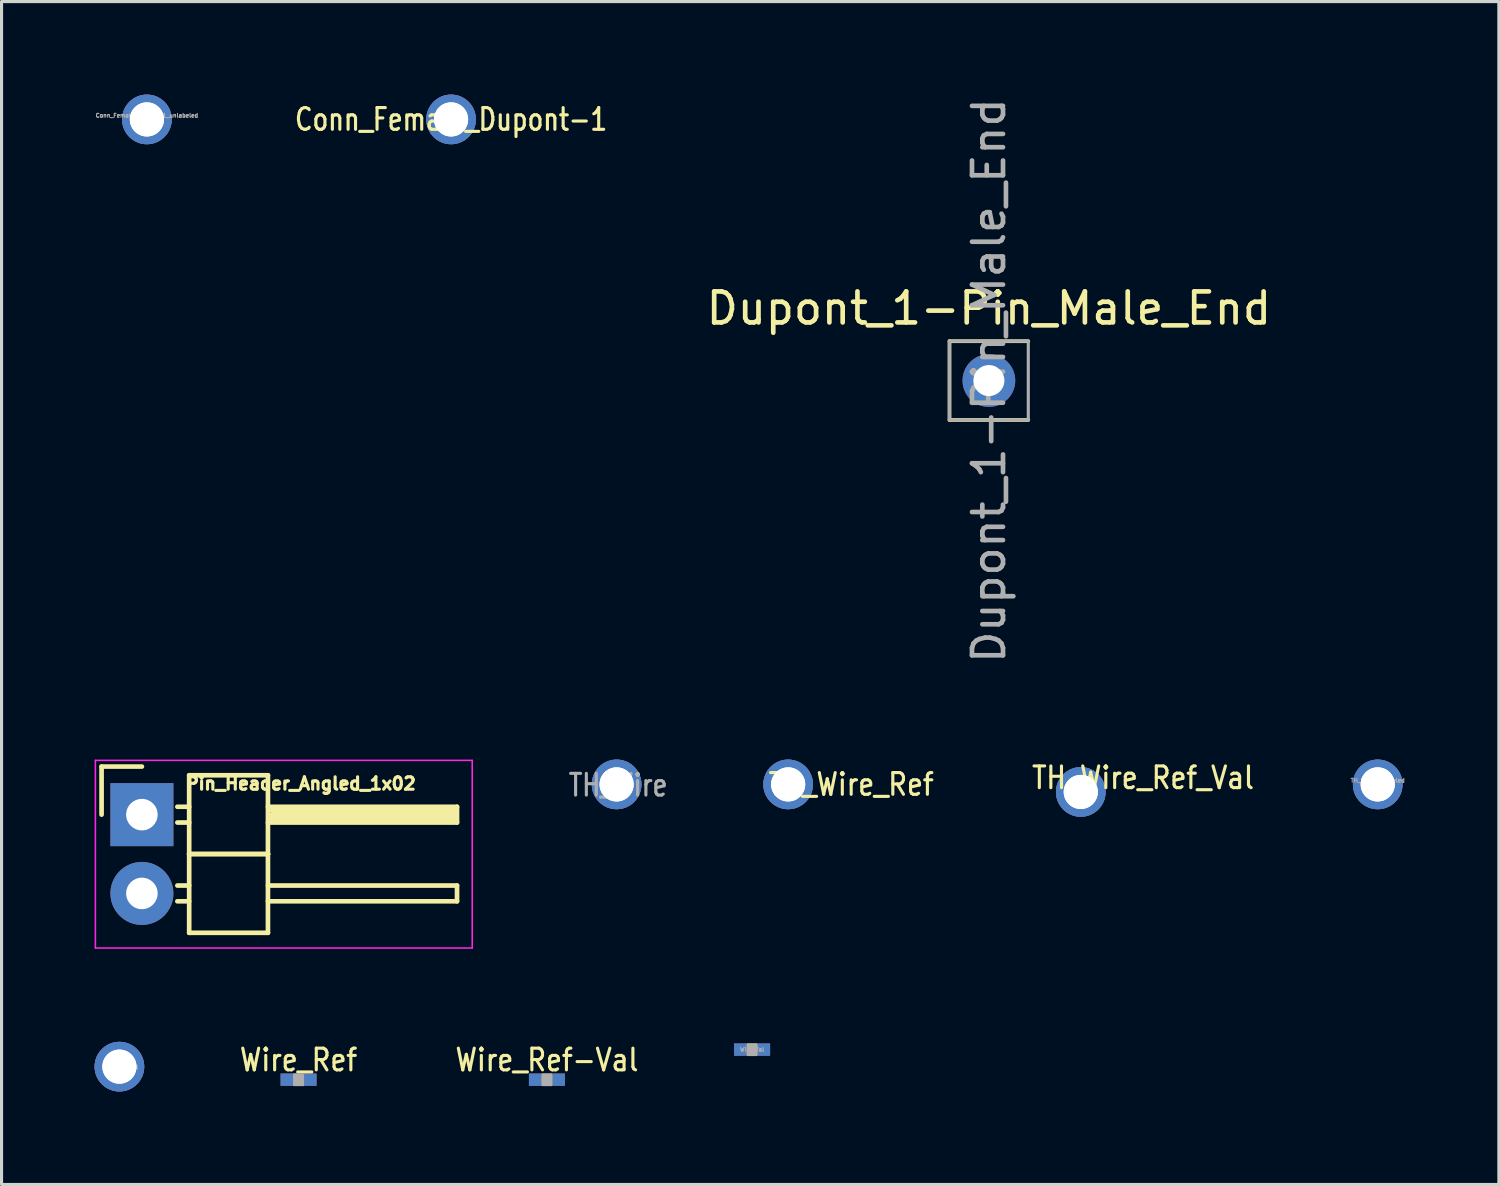
<source format=kicad_pcb>
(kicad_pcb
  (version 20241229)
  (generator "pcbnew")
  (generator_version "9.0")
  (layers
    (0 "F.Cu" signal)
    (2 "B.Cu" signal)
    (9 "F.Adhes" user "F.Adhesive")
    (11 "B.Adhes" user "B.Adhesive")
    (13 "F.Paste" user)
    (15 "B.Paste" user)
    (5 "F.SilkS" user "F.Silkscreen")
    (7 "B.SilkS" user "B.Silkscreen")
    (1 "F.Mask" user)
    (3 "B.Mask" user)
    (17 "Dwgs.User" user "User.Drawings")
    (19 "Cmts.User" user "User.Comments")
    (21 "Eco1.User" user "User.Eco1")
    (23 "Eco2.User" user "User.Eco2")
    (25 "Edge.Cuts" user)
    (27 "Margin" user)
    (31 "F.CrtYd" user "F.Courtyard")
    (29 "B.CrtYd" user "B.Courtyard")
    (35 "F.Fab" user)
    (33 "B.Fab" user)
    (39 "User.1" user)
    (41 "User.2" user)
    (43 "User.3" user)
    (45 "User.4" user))
  (footprint "Conn_Female_Dupont-1"
    (layer "F.Cu")
    (at 11.493 0.8)
    (property "Reference" "Conn_Female_Dupont-1" (at 0 0 0) (layer "F.SilkS") (effects (font (size 0.7 0.56) (thickness 0.1))))
    (attr through_hole)
    (pad "1" thru_hole circle (at 0 0) (size 1.6 1.6) (drill 1.1) (layers "*.Mask" "B.Cu"))
    (pad "2" thru_hole circle (at 0 0) (size 1.6 1.6) (drill 1.1) (layers "*.Mask" "F.Cu")))
  (footprint "TH_Wire_Ref"
    (layer "F.Cu")
    (at 22.361 22.24)
    (property "Reference" "TH_Wire_Ref" (at 2.032 0 0) (layer "F.SilkS") (effects (font (size 0.7 0.6) (thickness 0.1))))
    (attr through_hole)
    (pad "1" thru_hole circle (at 0 0) (size 1.6 1.6) (drill 1.1) (layers "*.Mask" "B.Cu"))
    (pad "2" thru_hole circle (at 0 0) (size 1.6 1.6) (drill 1.1) (layers "*.Mask" "F.Cu")))
  (footprint "Conn_Female_Dupont-1_unlabeled"
    (layer "F.Cu")
    (at 1.686 0.8)
    (property "Reference" "Conn_Female_Dupont-1_unlabeled" (at 0 -0.127 0) (layer "F.Fab") (effects (font (size 0.127 0.127) (thickness 0.032))))
    (attr through_hole)
    (pad "1" thru_hole circle (at 0 0) (size 1.6 1.6) (drill 1.1) (layers "*.Mask" "B.Cu"))
    (pad "2" thru_hole circle (at 0 0) (size 1.6 1.6) (drill 1.1) (layers "*.Mask" "F.Cu")))
  (footprint "TH_Wire"
    (layer "F.Cu")
    (at 16.83 22.24)
    (property "Reference" "TH_Wire" (at 0.051 0.025 0) (layer "F.Fab") (effects (font (size 0.7 0.56) (thickness 0.1))))
    (attr through_hole)
    (pad "1" thru_hole circle (at 0 0) (size 1.6 1.6) (drill 1.1) (layers "*.Mask" "B.Cu"))
    (pad "2" thru_hole circle (at 0 0) (size 1.6 1.6) (drill 1.1) (layers "*.Mask" "F.Cu")))
  (footprint "Dupont_1-Pin_Male_End"
    (layer "F.Cu")
    (at 28.833 9.22)
    (property "Reference" "Dupont_1-Pin_Male_End" (at 0 -2.33 0) (layer "F.SilkS") (effects (font (size 1 1) (thickness 0.15))))
    (attr through_hole)
    (fp_line (start -1.27 -1.27) (end 1.27 -1.27) (stroke (width 0.12) (type solid)) (layer "F.SilkS"))
    (fp_line (start -1.27 1.27) (end -1.27 -1.27) (stroke (width 0.12) (type solid)) (layer "F.SilkS"))
    (fp_line (start -1.27 1.27) (end 1.27 1.27) (stroke (width 0.12) (type solid)) (layer "F.SilkS"))
    (fp_line (start -1.27 -1.27) (end 1.27 -1.27) (stroke (width 0.1) (type solid)) (layer "F.Fab"))
    (fp_line (start -1.27 1.27) (end -1.27 -1.27) (stroke (width 0.1) (type solid)) (layer "F.Fab"))
    (fp_line (start 1.27 -1.27) (end 1.27 1.27) (stroke (width 0.1) (type solid)) (layer "F.Fab"))
    (fp_line (start 1.27 1.27) (end -1.27 1.27) (stroke (width 0.1) (type solid)) (layer "F.Fab"))
    (fp_text user "${REFERENCE}" (at 0 0 90) (layer "F.Fab") (effects (font (size 1 1) (thickness 0.15))))
    (pad "~" thru_hole circle (at 0 0) (size 1.7 1.7) (drill 1) (layers "*.Cu" "*.Mask")))
  (footprint "Wire_Ref"
    (layer "F.Cu")
    (at 6.576 31.76)
    (property "Reference" "Wire_Ref" (at 0 -0.635 0) (layer "F.SilkS") (effects (font (size 0.7 0.6) (thickness 0.1))))
    (attr through_hole)
    (fp_line (start -0.152 -0.178) (end 0.152 -0.178) (stroke (width 0.06) (type solid)) (layer "F.Fab"))
    (fp_line (start -0.152 -0.152) (end 0.152 -0.152) (stroke (width 0.06) (type solid)) (layer "F.Fab"))
    (fp_line (start -0.152 -0.127) (end 0.152 -0.127) (stroke (width 0.06) (type solid)) (layer "F.Fab"))
    (fp_line (start -0.152 -0.102) (end 0.152 -0.102) (stroke (width 0.06) (type solid)) (layer "F.Fab"))
    (fp_line (start -0.152 -0.076) (end 0.152 -0.076) (stroke (width 0.06) (type solid)) (layer "F.Fab"))
    (fp_line (start -0.152 -0.051) (end 0.152 -0.051) (stroke (width 0.06) (type solid)) (layer "F.Fab"))
    (fp_line (start -0.152 -0.025) (end 0.152 -0.025) (stroke (width 0.06) (type solid)) (layer "F.Fab"))
    (fp_line (start -0.152 0) (end 0.152 0) (stroke (width 0.06) (type solid)) (layer "F.Fab"))
    (fp_line (start -0.152 0.025) (end 0.152 0.025) (stroke (width 0.06) (type solid)) (layer "F.Fab"))
    (fp_line (start -0.152 0.051) (end 0.152 0.051) (stroke (width 0.06) (type solid)) (layer "F.Fab"))
    (fp_line (start -0.152 0.076) (end 0.152 0.076) (stroke (width 0.06) (type solid)) (layer "F.Fab"))
    (fp_line (start -0.152 0.102) (end 0.152 0.102) (stroke (width 0.06) (type solid)) (layer "F.Fab"))
    (fp_line (start -0.152 0.127) (end 0.152 0.127) (stroke (width 0.06) (type solid)) (layer "F.Fab"))
    (fp_line (start -0.152 0.152) (end 0.152 0.152) (stroke (width 0.06) (type solid)) (layer "F.Fab"))
    (fp_line (start -0.152 0.178) (end 0.152 0.178) (stroke (width 0.06) (type solid)) (layer "F.Fab"))
    (pad "1" thru_hole rect (at -0.381 0) (size 0.4 0.4) (drill 0.0001) (layers "*.Cu" "*.Mask"))
    (pad "2" thru_hole rect (at 0.381 0) (size 0.4 0.4) (drill 0.0001) (layers "*.Cu" "*.Mask")))
  (footprint "Pin_Header_Angled_1x02"
    (layer "F.Cu")
    (at 1.525 23.215)
    (property "Reference" "Pin_Header_Angled_1x02" (at 5.125 -1 0) (layer "F.SilkS") (effects (font (size 0.4 0.4) (thickness 0.1))))
    (attr through_hole)
    (fp_line (start -1.3 -1.55) (end -1.3 0) (stroke (width 0.15) (type solid)) (layer "F.SilkS"))
    (fp_line (start 0 -1.55) (end -1.3 -1.55) (stroke (width 0.15) (type solid)) (layer "F.SilkS"))
    (fp_line (start 1.524 -1.27) (end 1.524 1.27) (stroke (width 0.15) (type solid)) (layer "F.SilkS"))
    (fp_line (start 1.524 -1.27) (end 4.064 -1.27) (stroke (width 0.15) (type solid)) (layer "F.SilkS"))
    (fp_line (start 1.524 -0.254) (end 1.143 -0.254) (stroke (width 0.15) (type solid)) (layer "F.SilkS"))
    (fp_line (start 1.524 0.254) (end 1.143 0.254) (stroke (width 0.15) (type solid)) (layer "F.SilkS"))
    (fp_line (start 1.524 1.27) (end 1.524 3.81) (stroke (width 0.15) (type solid)) (layer "F.SilkS"))
    (fp_line (start 1.524 1.27) (end 4.064 1.27) (stroke (width 0.15) (type solid)) (layer "F.SilkS"))
    (fp_line (start 1.524 1.27) (end 4.064 1.27) (stroke (width 0.15) (type solid)) (layer "F.SilkS"))
    (fp_line (start 1.524 2.286) (end 1.143 2.286) (stroke (width 0.15) (type solid)) (layer "F.SilkS"))
    (fp_line (start 1.524 2.794) (end 1.143 2.794) (stroke (width 0.15) (type solid)) (layer "F.SilkS"))
    (fp_line (start 1.524 3.81) (end 4.064 3.81) (stroke (width 0.15) (type solid)) (layer "F.SilkS"))
    (fp_line (start 4.064 -0.254) (end 10.16 -0.254) (stroke (width 0.15) (type solid)) (layer "F.SilkS"))
    (fp_line (start 4.064 1.27) (end 4.064 -1.27) (stroke (width 0.15) (type solid)) (layer "F.SilkS"))
    (fp_line (start 4.064 2.286) (end 10.16 2.286) (stroke (width 0.15) (type solid)) (layer "F.SilkS"))
    (fp_line (start 4.064 3.81) (end 4.064 1.27) (stroke (width 0.15) (type solid)) (layer "F.SilkS"))
    (fp_line (start 4.191 -0.127) (end 10.033 -0.127) (stroke (width 0.15) (type solid)) (layer "F.SilkS"))
    (fp_line (start 4.191 0) (end 10.033 0) (stroke (width 0.15) (type solid)) (layer "F.SilkS"))
    (fp_line (start 4.191 0.127) (end 4.191 0) (stroke (width 0.15) (type solid)) (layer "F.SilkS"))
    (fp_line (start 10.033 -0.127) (end 10.033 0.127) (stroke (width 0.15) (type solid)) (layer "F.SilkS"))
    (fp_line (start 10.033 0.127) (end 4.191 0.127) (stroke (width 0.15) (type solid)) (layer "F.SilkS"))
    (fp_line (start 10.16 -0.254) (end 10.16 0.254) (stroke (width 0.15) (type solid)) (layer "F.SilkS"))
    (fp_line (start 10.16 0.254) (end 4.064 0.254) (stroke (width 0.15) (type solid)) (layer "F.SilkS"))
    (fp_line (start 10.16 2.286) (end 10.16 2.794) (stroke (width 0.15) (type solid)) (layer "F.SilkS"))
    (fp_line (start 10.16 2.794) (end 4.064 2.794) (stroke (width 0.15) (type solid)) (layer "F.SilkS"))
    (fp_line (start -1.5 -1.75) (end -1.5 4.3) (stroke (width 0.05) (type solid)) (layer "F.CrtYd"))
    (fp_line (start -1.5 -1.75) (end 10.65 -1.75) (stroke (width 0.05) (type solid)) (layer "F.CrtYd"))
    (fp_line (start -1.5 4.3) (end 10.65 4.3) (stroke (width 0.05) (type solid)) (layer "F.CrtYd"))
    (fp_line (start 10.65 -1.75) (end 10.65 4.3) (stroke (width 0.05) (type solid)) (layer "F.CrtYd"))
    (pad "1" thru_hole rect (at 0 0) (size 2.032 2.032) (drill 1.016) (layers "*.Cu" "*.Mask"))
    (pad "2" thru_hole oval (at 0 2.54) (size 2.032 2.032) (drill 1.016) (layers "*.Cu" "*.Mask")))
  (footprint "Wire_Val"
    (layer "F.Cu")
    (at 21.198 30.79)
    (property "Reference" "Wire_Val" (at 0 0 0) (layer "F.Fab") (effects (font (size 0.127 0.127) (thickness 0.032))))
    (attr through_hole)
    (fp_line (start -0.152 -0.178) (end 0.152 -0.178) (stroke (width 0.06) (type solid)) (layer "F.Fab"))
    (fp_line (start -0.152 -0.152) (end 0.152 -0.152) (stroke (width 0.06) (type solid)) (layer "F.Fab"))
    (fp_line (start -0.152 -0.127) (end 0.152 -0.127) (stroke (width 0.06) (type solid)) (layer "F.Fab"))
    (fp_line (start -0.152 -0.102) (end 0.152 -0.102) (stroke (width 0.06) (type solid)) (layer "F.Fab"))
    (fp_line (start -0.152 -0.076) (end 0.152 -0.076) (stroke (width 0.06) (type solid)) (layer "F.Fab"))
    (fp_line (start -0.152 -0.051) (end 0.152 -0.051) (stroke (width 0.06) (type solid)) (layer "F.Fab"))
    (fp_line (start -0.152 -0.025) (end 0.152 -0.025) (stroke (width 0.06) (type solid)) (layer "F.Fab"))
    (fp_line (start -0.152 0) (end 0.152 0) (stroke (width 0.06) (type solid)) (layer "F.Fab"))
    (fp_line (start -0.152 0.025) (end 0.152 0.025) (stroke (width 0.06) (type solid)) (layer "F.Fab"))
    (fp_line (start -0.152 0.051) (end 0.152 0.051) (stroke (width 0.06) (type solid)) (layer "F.Fab"))
    (fp_line (start -0.152 0.076) (end 0.152 0.076) (stroke (width 0.06) (type solid)) (layer "F.Fab"))
    (fp_line (start -0.152 0.102) (end 0.152 0.102) (stroke (width 0.06) (type solid)) (layer "F.Fab"))
    (fp_line (start -0.152 0.127) (end 0.152 0.127) (stroke (width 0.06) (type solid)) (layer "F.Fab"))
    (fp_line (start -0.152 0.152) (end 0.152 0.152) (stroke (width 0.06) (type solid)) (layer "F.Fab"))
    (fp_line (start -0.152 0.178) (end 0.152 0.178) (stroke (width 0.06) (type solid)) (layer "F.Fab"))
    (pad "1" thru_hole rect (at -0.381 0) (size 0.4 0.4) (drill 0.0001) (layers "*.Cu" "*.Mask"))
    (pad "2" thru_hole rect (at 0.381 0) (size 0.4 0.4) (drill 0.0001) (layers "*.Cu" "*.Mask")))
  (footprint "Wire_Ref-Val"
    (layer "F.Cu")
    (at 14.584 31.76)
    (property "Reference" "Wire_Ref-Val" (at 0 -0.635 0) (layer "F.SilkS") (effects (font (size 0.7 0.6) (thickness 0.1))))
    (attr through_hole)
    (fp_line (start -0.152 -0.178) (end 0.152 -0.178) (stroke (width 0.06) (type solid)) (layer "F.Fab"))
    (fp_line (start -0.152 -0.152) (end 0.152 -0.152) (stroke (width 0.06) (type solid)) (layer "F.Fab"))
    (fp_line (start -0.152 -0.127) (end 0.152 -0.127) (stroke (width 0.06) (type solid)) (layer "F.Fab"))
    (fp_line (start -0.152 -0.102) (end 0.152 -0.102) (stroke (width 0.06) (type solid)) (layer "F.Fab"))
    (fp_line (start -0.152 -0.076) (end 0.152 -0.076) (stroke (width 0.06) (type solid)) (layer "F.Fab"))
    (fp_line (start -0.152 -0.051) (end 0.152 -0.051) (stroke (width 0.06) (type solid)) (layer "F.Fab"))
    (fp_line (start -0.152 -0.025) (end 0.152 -0.025) (stroke (width 0.06) (type solid)) (layer "F.Fab"))
    (fp_line (start -0.152 0) (end 0.152 0) (stroke (width 0.06) (type solid)) (layer "F.Fab"))
    (fp_line (start -0.152 0.025) (end 0.152 0.025) (stroke (width 0.06) (type solid)) (layer "F.Fab"))
    (fp_line (start -0.152 0.051) (end 0.152 0.051) (stroke (width 0.06) (type solid)) (layer "F.Fab"))
    (fp_line (start -0.152 0.076) (end 0.152 0.076) (stroke (width 0.06) (type solid)) (layer "F.Fab"))
    (fp_line (start -0.152 0.102) (end 0.152 0.102) (stroke (width 0.06) (type solid)) (layer "F.Fab"))
    (fp_line (start -0.152 0.127) (end 0.152 0.127) (stroke (width 0.06) (type solid)) (layer "F.Fab"))
    (fp_line (start -0.152 0.152) (end 0.152 0.152) (stroke (width 0.06) (type solid)) (layer "F.Fab"))
    (fp_line (start -0.152 0.178) (end 0.152 0.178) (stroke (width 0.06) (type solid)) (layer "F.Fab"))
    (pad "1" thru_hole rect (at -0.381 0) (size 0.4 0.4) (drill 0.0001) (layers "*.Cu" "*.Mask"))
    (pad "2" thru_hole rect (at 0.381 0) (size 0.4 0.4) (drill 0.0001) (layers "*.Cu" "*.Mask")))
  (footprint "TH_Wire_unlabeled"
    (layer "F.Cu")
    (at 41.369 22.24)
    (property "Reference" "TH_Wire_unlabeled" (at 0 -0.127 0) (layer "F.Fab") (effects (font (size 0.127 0.127) (thickness 0.032))))
    (attr through_hole)
    (pad "1" thru_hole circle (at 0 0) (size 1.6 1.6) (drill 1.1) (layers "*.Mask" "B.Cu"))
    (pad "2" thru_hole circle (at 0 0) (size 1.6 1.6) (drill 1.1) (layers "*.Mask" "F.Cu")))
  (footprint "TH_Wire_Val"
    (layer "F.Cu")
    (at 0.8 31.34)
    (property "Reference" "TH_Wire_Val" (at 0.051 0.025 0) (layer "F.Fab") (effects (font (size 0.127 0.127) (thickness 0.032))))
    (attr through_hole)
    (pad "1" thru_hole circle (at 0 0) (size 1.6 1.6) (drill 1.1) (layers "*.Mask" "B.Cu"))
    (pad "2" thru_hole circle (at 0 0) (size 1.6 1.6) (drill 1.1) (layers "*.Mask" "F.Cu")))
  (footprint "TH_Wire_Ref_Val"
    (layer "F.Cu")
    (at 31.795 22.483)
    (property "Reference" "TH_Wire_Ref_Val" (at 2.007 -0.457 0) (layer "F.SilkS") (effects (font (size 0.7 0.6) (thickness 0.1))))
    (attr through_hole)
    (pad "1" thru_hole circle (at 0 0) (size 1.6 1.6) (drill 1.1) (layers "*.Mask" "B.Cu"))
    (pad "2" thru_hole circle (at 0 0) (size 1.6 1.6) (drill 1.1) (layers "*.Mask" "F.Cu")))
  (gr_rect
    (start -3 -3)
    (end 45.275 35.14)
    (stroke (width 0.1) (type default))
    (fill no)
    (layer "Edge.Cuts")))
</source>
